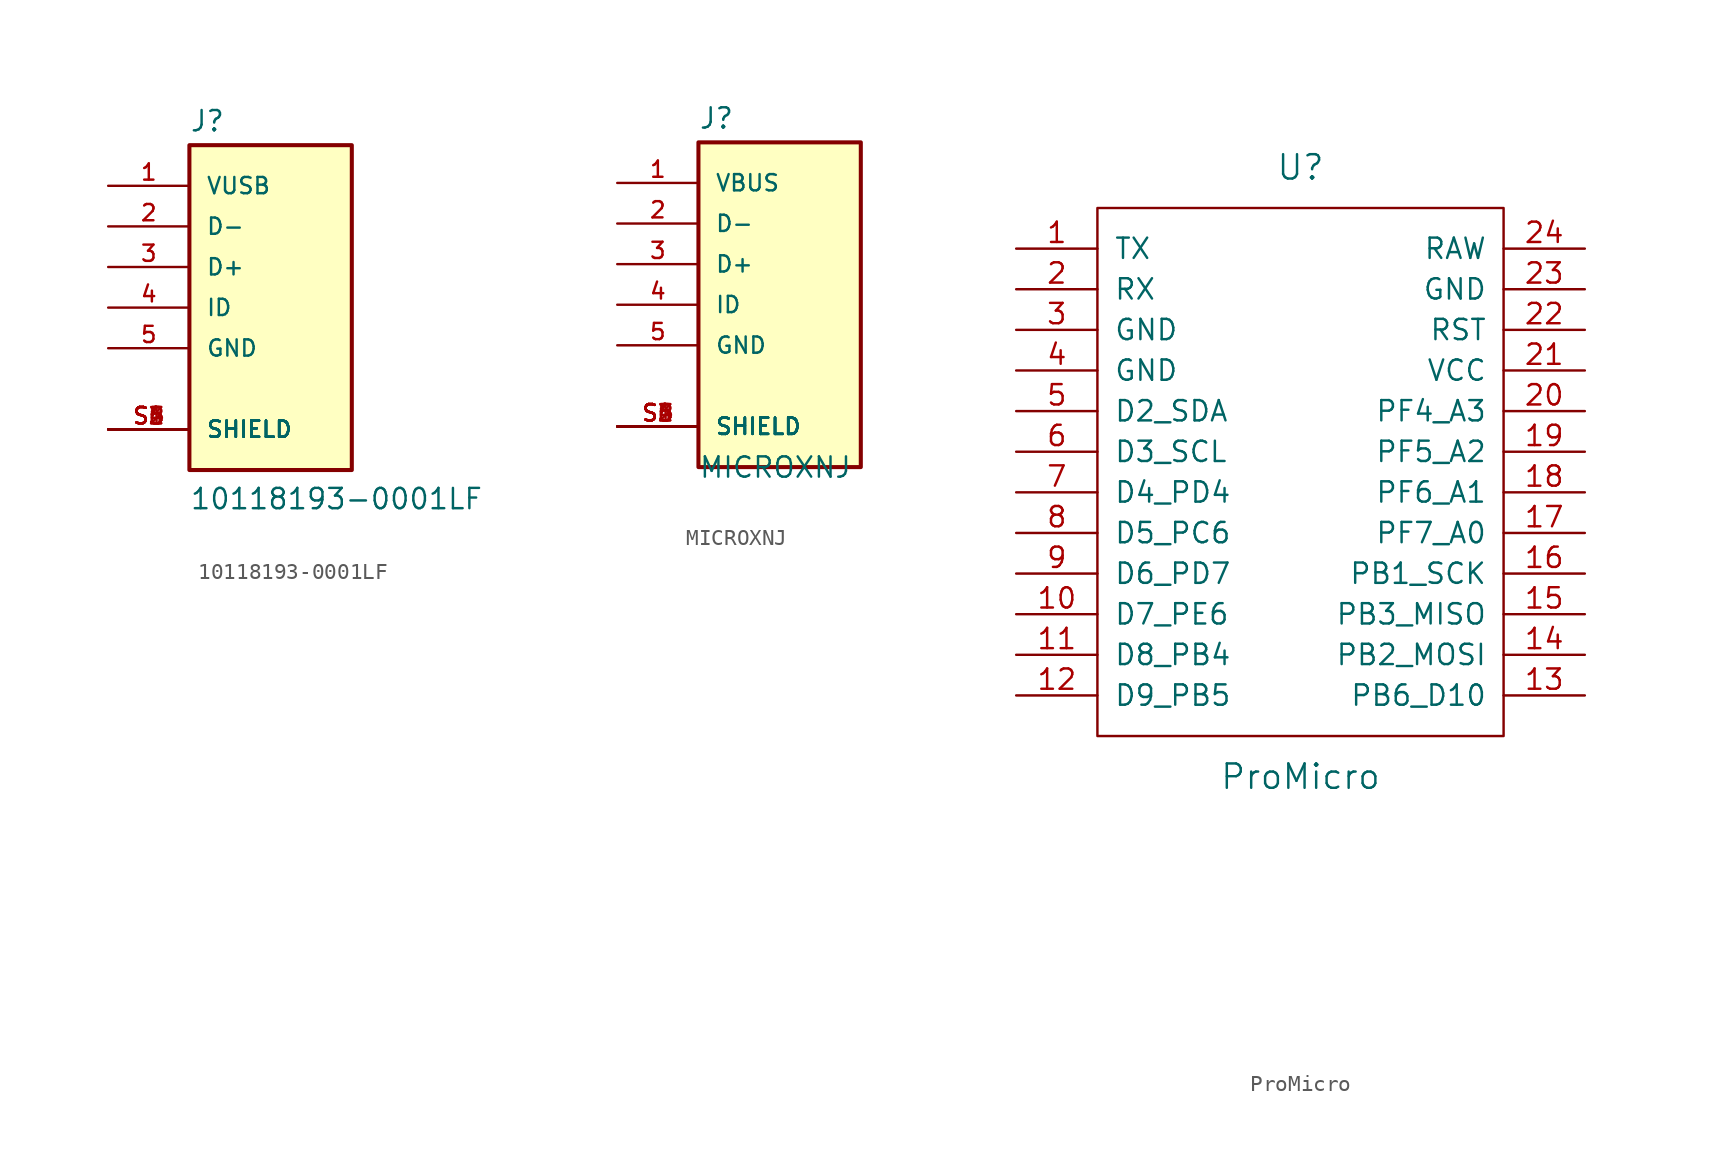
<source format=kicad_sym>
(kicad_symbol_lib
  (version 20220914)
  (generator kicad_symbol_editor)
  (symbol "10118193-0001LF"
    (pin_names
      (offset 1.016))
    (property "Reference" "J"
      (at -5.082 10.929 0)
      (effects (font (size 1.27 1.27)) (justify left bottom)))
    (property "Value" "10118193-0001LF"
      (at -5.082 -12.71 0)
      (effects (font (size 1.27 1.27)) (justify left bottom)))
    (symbol "10118193-0001LF_0_0"
      (rectangle (start -5.08 -10.16) (end 5.08 10.16) (stroke (width 0.254) (type default)) (fill (type background)))
      (pin passive line (at -10.16 7.62 0) (length 5.08) (name "VUSB" (effects (font (size 1.016 1.016)))) (number "1" (effects (font (size 1.016 1.016)))))
      (pin passive line (at -10.16 5.08 0) (length 5.08) (name "D-" (effects (font (size 1.016 1.016)))) (number "2" (effects (font (size 1.016 1.016)))))
      (pin passive line (at -10.16 2.54 0) (length 5.08) (name "D+" (effects (font (size 1.016 1.016)))) (number "3" (effects (font (size 1.016 1.016)))))
      (pin passive line (at -10.16 0 0) (length 5.08) (name "ID" (effects (font (size 1.016 1.016)))) (number "4" (effects (font (size 1.016 1.016)))))
      (pin passive line (at -10.16 -2.54 0) (length 5.08) (name "GND" (effects (font (size 1.016 1.016)))) (number "5" (effects (font (size 1.016 1.016)))))
      (pin passive line (at -10.16 -7.62 0) (length 5.08) (name "SHIELD" (effects (font (size 1.016 1.016)))) (number "S1" (effects (font (size 1.016 1.016)))))
      (pin passive line (at -10.16 -7.62 0) (length 5.08) (name "SHIELD" (effects (font (size 1.016 1.016)))) (number "S2" (effects (font (size 1.016 1.016)))))
      (pin passive line (at -10.16 -7.62 0) (length 5.08) (name "SHIELD" (effects (font (size 1.016 1.016)))) (number "S3" (effects (font (size 1.016 1.016)))))
      (pin passive line (at -10.16 -7.62 0) (length 5.08) (name "SHIELD" (effects (font (size 1.016 1.016)))) (number "S4" (effects (font (size 1.016 1.016)))))
      (pin passive line (at -10.16 -7.62 0) (length 5.08) (name "SHIELD" (effects (font (size 1.016 1.016)))) (number "S5" (effects (font (size 1.016 1.016)))))
      (pin passive line (at -10.16 -7.62 0) (length 5.08) (name "SHIELD" (effects (font (size 1.016 1.016)))) (number "S6" (effects (font (size 1.016 1.016)))))))
  (symbol "MICROXNJ"
    (pin_names
      (offset 1.016))
    (property "Reference" "J"
      (at -5.08 10.922 0)
      (effects (font (size 1.27 1.27)) (justify left bottom)))
    (property "Value" "MICROXNJ"
      (at -5.08 -10.922 0)
      (effects (font (size 1.27 1.27)) (justify left bottom)))
    (property "ki_locked" ""
      (at 0 0 0)
      (effects (font (size 1.27 1.27))))
    (symbol "MICROXNJ_0_0"
      (rectangle (start -5.08 -10.16) (end 5.08 10.16) (stroke (width 0.254) (type solid)) (fill (type background)))
      (pin power_in line (at -10.16 7.62 0) (length 5.08) (name "VBUS" (effects (font (size 1.016 1.016)))) (number "1" (effects (font (size 1.016 1.016)))))
      (pin bidirectional line (at -10.16 5.08 0) (length 5.08) (name "D-" (effects (font (size 1.016 1.016)))) (number "2" (effects (font (size 1.016 1.016)))))
      (pin bidirectional line (at -10.16 2.54 0) (length 5.08) (name "D+" (effects (font (size 1.016 1.016)))) (number "3" (effects (font (size 1.016 1.016)))))
      (pin bidirectional line (at -10.16 0 0) (length 5.08) (name "ID" (effects (font (size 1.016 1.016)))) (number "4" (effects (font (size 1.016 1.016)))))
      (pin power_in line (at -10.16 -2.54 0) (length 5.08) (name "GND" (effects (font (size 1.016 1.016)))) (number "5" (effects (font (size 1.016 1.016)))))
      (pin passive line (at -10.16 -7.62 0) (length 5.08) (name "SHIELD" (effects (font (size 1.016 1.016)))) (number "S1" (effects (font (size 1.016 1.016)))))
      (pin passive line (at -10.16 -7.62 0) (length 5.08) (name "SHIELD" (effects (font (size 1.016 1.016)))) (number "S2" (effects (font (size 1.016 1.016)))))
      (pin passive line (at -10.16 -7.62 0) (length 5.08) (name "SHIELD" (effects (font (size 1.016 1.016)))) (number "S3" (effects (font (size 1.016 1.016)))))
      (pin passive line (at -10.16 -7.62 0) (length 5.08) (name "SHIELD" (effects (font (size 1.016 1.016)))) (number "S4" (effects (font (size 1.016 1.016)))))
      (pin passive line (at -10.16 -7.62 0) (length 5.08) (name "SHIELD" (effects (font (size 1.016 1.016)))) (number "S5" (effects (font (size 1.016 1.016)))))
      (pin passive line (at -10.16 -7.62 0) (length 5.08) (name "SHIELD" (effects (font (size 1.016 1.016)))) (number "S6" (effects (font (size 1.016 1.016)))))))
  (symbol "ProMicro"
    (pin_names
      (offset 1.016))
    (property "Reference" "U"
      (at 0 24.13 0)
      (effects (font (size 1.524 1.524))))
    (property "Value" "ProMicro"
      (at 0 -13.97 0)
      (effects (font (size 1.524 1.524))))
    (property "Footprint" ""
      (at 2.54 -26.67 0)
      (effects (font (size 1.524 1.524))))
    (property "Datasheet" ""
      (at 2.54 -26.67 0)
      (effects (font (size 1.524 1.524))))
    (symbol "ProMicro_0_1"
      (rectangle (start -12.7 21.59) (end 12.7 -11.43) (stroke (width 0) (type solid)) (fill (type none))))
    (symbol "ProMicro_1_1"
      (pin bidirectional line (at -17.78 19.05 0) (length 5.08) (name "TX" (effects (font (size 1.27 1.27)))) (number "1" (effects (font (size 1.27 1.27)))))
      (pin bidirectional line (at -17.78 -3.81 0) (length 5.08) (name "D7_PE6" (effects (font (size 1.27 1.27)))) (number "10" (effects (font (size 1.27 1.27)))))
      (pin bidirectional line (at -17.78 -6.35 0) (length 5.08) (name "D8_PB4" (effects (font (size 1.27 1.27)))) (number "11" (effects (font (size 1.27 1.27)))))
      (pin bidirectional line (at -17.78 -8.89 0) (length 5.08) (name "D9_PB5" (effects (font (size 1.27 1.27)))) (number "12" (effects (font (size 1.27 1.27)))))
      (pin bidirectional line (at 17.78 -8.89 180) (length 5.08) (name "PB6_D10" (effects (font (size 1.27 1.27)))) (number "13" (effects (font (size 1.27 1.27)))))
      (pin bidirectional line (at 17.78 -6.35 180) (length 5.08) (name "PB2_MOSI" (effects (font (size 1.27 1.27)))) (number "14" (effects (font (size 1.27 1.27)))))
      (pin bidirectional line (at 17.78 -3.81 180) (length 5.08) (name "PB3_MISO" (effects (font (size 1.27 1.27)))) (number "15" (effects (font (size 1.27 1.27)))))
      (pin bidirectional line (at 17.78 -1.27 180) (length 5.08) (name "PB1_SCK" (effects (font (size 1.27 1.27)))) (number "16" (effects (font (size 1.27 1.27)))))
      (pin bidirectional line (at 17.78 1.27 180) (length 5.08) (name "PF7_A0" (effects (font (size 1.27 1.27)))) (number "17" (effects (font (size 1.27 1.27)))))
      (pin bidirectional line (at 17.78 3.81 180) (length 5.08) (name "PF6_A1" (effects (font (size 1.27 1.27)))) (number "18" (effects (font (size 1.27 1.27)))))
      (pin bidirectional line (at 17.78 6.35 180) (length 5.08) (name "PF5_A2" (effects (font (size 1.27 1.27)))) (number "19" (effects (font (size 1.27 1.27)))))
      (pin bidirectional line (at -17.78 16.51 0) (length 5.08) (name "RX" (effects (font (size 1.27 1.27)))) (number "2" (effects (font (size 1.27 1.27)))))
      (pin bidirectional line (at 17.78 8.89 180) (length 5.08) (name "PF4_A3" (effects (font (size 1.27 1.27)))) (number "20" (effects (font (size 1.27 1.27)))))
      (pin power_in line (at 17.78 11.43 180) (length 5.08) (name "VCC" (effects (font (size 1.27 1.27)))) (number "21" (effects (font (size 1.27 1.27)))))
      (pin input line (at 17.78 13.97 180) (length 5.08) (name "RST" (effects (font (size 1.27 1.27)))) (number "22" (effects (font (size 1.27 1.27)))))
      (pin power_in line (at 17.78 16.51 180) (length 5.08) (name "GND" (effects (font (size 1.27 1.27)))) (number "23" (effects (font (size 1.27 1.27)))))
      (pin power_out line (at 17.78 19.05 180) (length 5.08) (name "RAW" (effects (font (size 1.27 1.27)))) (number "24" (effects (font (size 1.27 1.27)))))
      (pin power_in line (at -17.78 13.97 0) (length 5.08) (name "GND" (effects (font (size 1.27 1.27)))) (number "3" (effects (font (size 1.27 1.27)))))
      (pin power_in line (at -17.78 11.43 0) (length 5.08) (name "GND" (effects (font (size 1.27 1.27)))) (number "4" (effects (font (size 1.27 1.27)))))
      (pin bidirectional line (at -17.78 8.89 0) (length 5.08) (name "D2_SDA" (effects (font (size 1.27 1.27)))) (number "5" (effects (font (size 1.27 1.27)))))
      (pin bidirectional line (at -17.78 6.35 0) (length 5.08) (name "D3_SCL" (effects (font (size 1.27 1.27)))) (number "6" (effects (font (size 1.27 1.27)))))
      (pin bidirectional line (at -17.78 3.81 0) (length 5.08) (name "D4_PD4" (effects (font (size 1.27 1.27)))) (number "7" (effects (font (size 1.27 1.27)))))
      (pin bidirectional line (at -17.78 1.27 0) (length 5.08) (name "D5_PC6" (effects (font (size 1.27 1.27)))) (number "8" (effects (font (size 1.27 1.27)))))
      (pin bidirectional line (at -17.78 -1.27 0) (length 5.08) (name "D6_PD7" (effects (font (size 1.27 1.27)))) (number "9" (effects (font (size 1.27 1.27))))))))
</source>
